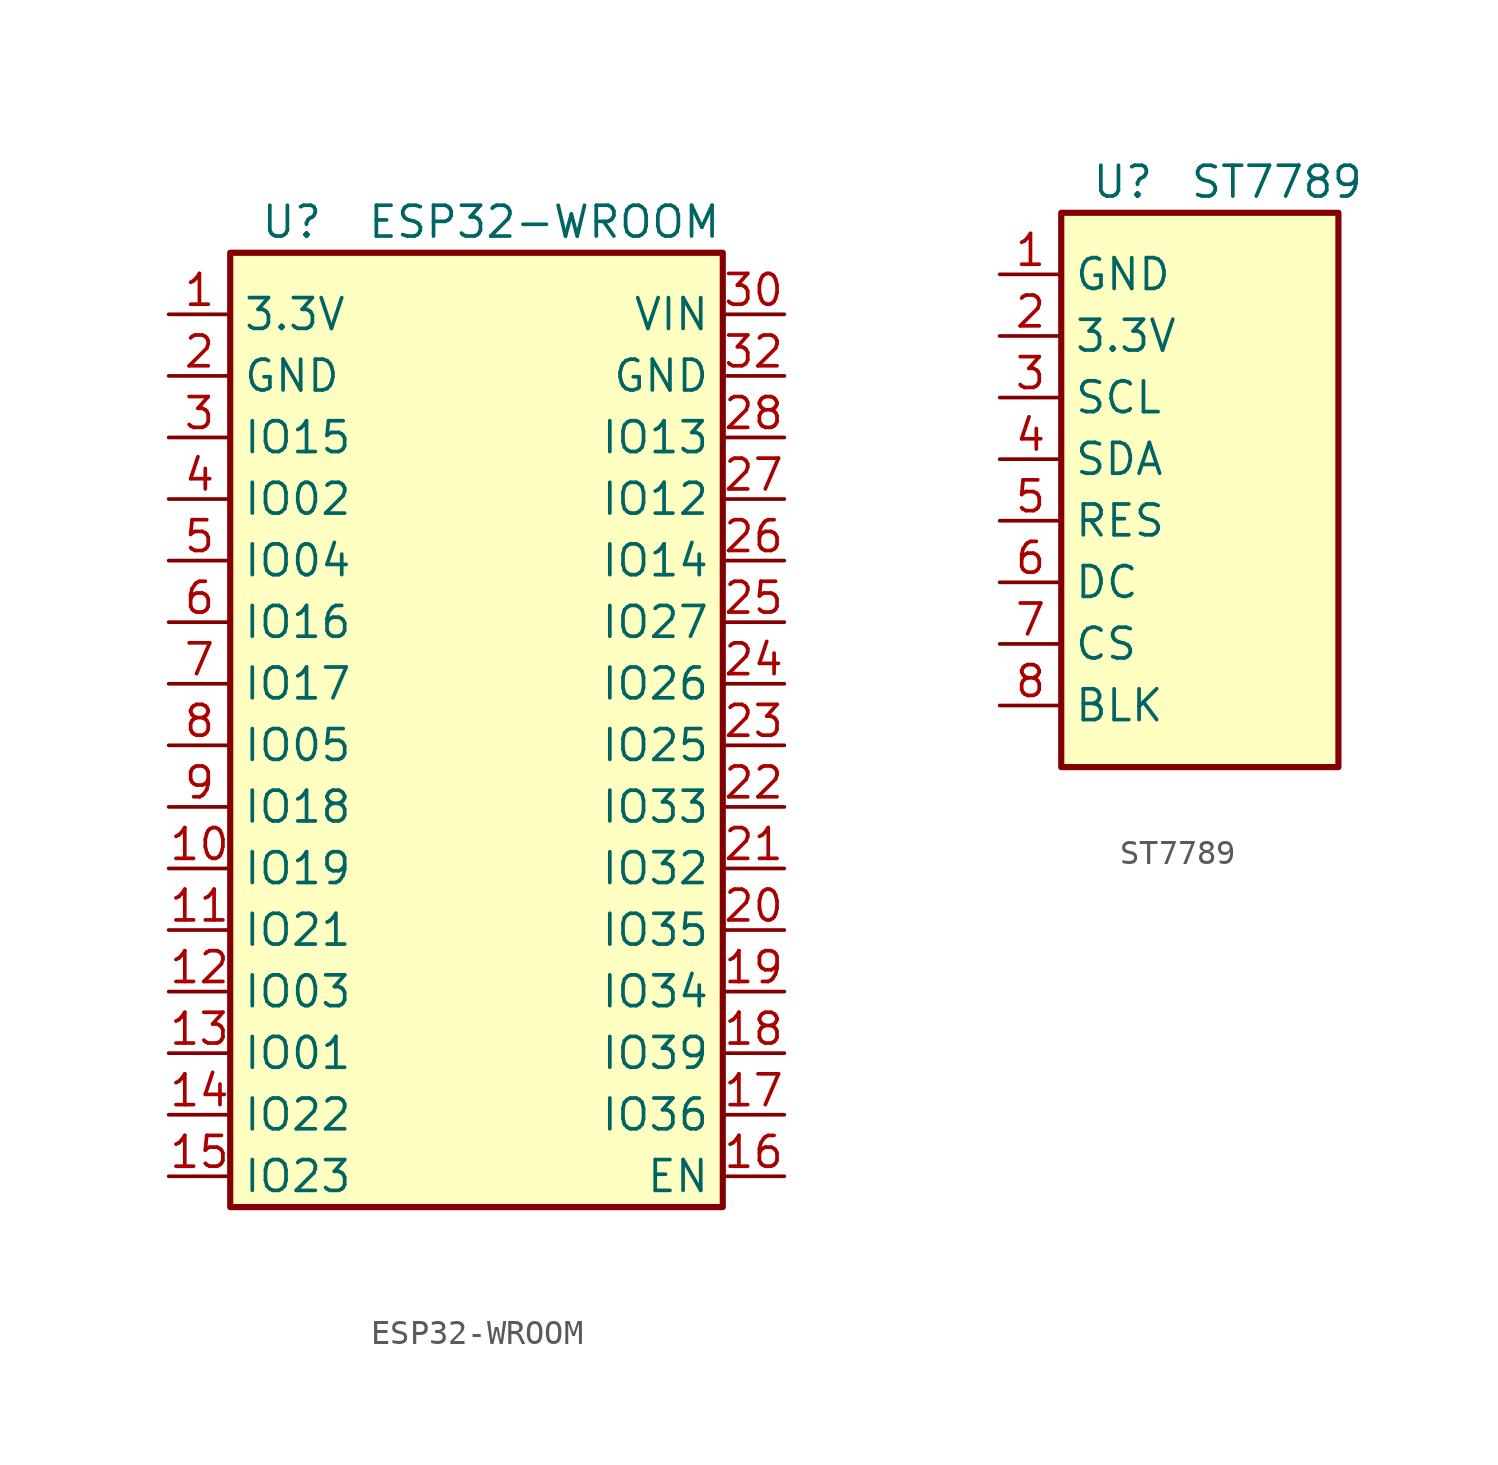
<source format=kicad_sym>
(kicad_symbol_lib
  (version 20241209)
  (generator "kicad_symbol_editor")
  (generator_version "9.0")
  (symbol "ESP32-WROOM"
    (property "Reference" "U"
      (at -7.62 13.97 0)
      (effects (font (size 1.27 1.27))))
    (property "Value" "ESP32-WROOM"
      (at 2.794 13.97 0)
      (effects (font (size 1.27 1.27))))
    (symbol "ESP32-WROOM_1_1"
      (rectangle (start -10.16 12.7) (end 10.16 -26.67) (stroke (width 0.254) (type solid)) (fill (type background)))
      (pin power_out line (at -12.7 10.16 0) (length 2.54) (name "3.3V" (effects (font (size 1.27 1.27)))) (number "1" (effects (font (size 1.27 1.27)))))
      (pin power_out line (at -12.7 7.62 0) (length 2.54) (name "GND" (effects (font (size 1.27 1.27)))) (number "2" (effects (font (size 1.27 1.27)))))
      (pin bidirectional line (at -12.7 5.08 0) (length 2.54) (name "IO15" (effects (font (size 1.27 1.27)))) (number "3" (effects (font (size 1.27 1.27)))))
      (pin bidirectional line (at -12.7 2.54 0) (length 2.54) (name "IO02" (effects (font (size 1.27 1.27)))) (number "4" (effects (font (size 1.27 1.27)))))
      (pin bidirectional line (at -12.7 0 0) (length 2.54) (name "IO04" (effects (font (size 1.27 1.27)))) (number "5" (effects (font (size 1.27 1.27)))))
      (pin bidirectional line (at -12.7 -2.54 0) (length 2.54) (name "IO16" (effects (font (size 1.27 1.27)))) (number "6" (effects (font (size 1.27 1.27)))))
      (pin bidirectional line (at -12.7 -5.08 0) (length 2.54) (name "IO17" (effects (font (size 1.27 1.27)))) (number "7" (effects (font (size 1.27 1.27)))))
      (pin bidirectional line (at -12.7 -7.62 0) (length 2.54) (name "IO05" (effects (font (size 1.27 1.27)))) (number "8" (effects (font (size 1.27 1.27)))))
      (pin bidirectional line (at -12.7 -10.16 0) (length 2.54) (name "IO18" (effects (font (size 1.27 1.27)))) (number "9" (effects (font (size 1.27 1.27)))))
      (pin bidirectional line (at -12.7 -12.7 0) (length 2.54) (name "IO19" (effects (font (size 1.27 1.27)))) (number "10" (effects (font (size 1.27 1.27)))))
      (pin bidirectional line (at -12.7 -15.24 0) (length 2.54) (name "IO21" (effects (font (size 1.27 1.27)))) (number "11" (effects (font (size 1.27 1.27)))))
      (pin bidirectional line (at -12.7 -17.78 0) (length 2.54) (name "IO03" (effects (font (size 1.27 1.27)))) (number "12" (effects (font (size 1.27 1.27)))))
      (pin bidirectional line (at -12.7 -20.32 0) (length 2.54) (name "IO01" (effects (font (size 1.27 1.27)))) (number "13" (effects (font (size 1.27 1.27)))))
      (pin bidirectional line (at -12.7 -22.86 0) (length 2.54) (name "IO22" (effects (font (size 1.27 1.27)))) (number "14" (effects (font (size 1.27 1.27)))))
      (pin bidirectional line (at -12.7 -25.4 0) (length 2.54) (name "IO23" (effects (font (size 1.27 1.27)))) (number "15" (effects (font (size 1.27 1.27)))))
      (pin power_in line (at 12.7 10.16 180) (length 2.54) (name "VIN" (effects (font (size 1.27 1.27)))) (number "30" (effects (font (size 1.27 1.27)))))
      (pin power_in line (at 12.7 7.62 180) (length 2.54) (name "GND" (effects (font (size 1.27 1.27)))) (number "32" (effects (font (size 1.27 1.27)))))
      (pin bidirectional line (at 12.7 5.08 180) (length 2.54) (name "IO13" (effects (font (size 1.27 1.27)))) (number "28" (effects (font (size 1.27 1.27)))))
      (pin bidirectional line (at 12.7 2.54 180) (length 2.54) (name "IO12" (effects (font (size 1.27 1.27)))) (number "27" (effects (font (size 1.27 1.27)))))
      (pin bidirectional line (at 12.7 0 180) (length 2.54) (name "IO14" (effects (font (size 1.27 1.27)))) (number "26" (effects (font (size 1.27 1.27)))))
      (pin bidirectional line (at 12.7 -2.54 180) (length 2.54) (name "IO27" (effects (font (size 1.27 1.27)))) (number "25" (effects (font (size 1.27 1.27)))))
      (pin bidirectional line (at 12.7 -5.08 180) (length 2.54) (name "IO26" (effects (font (size 1.27 1.27)))) (number "24" (effects (font (size 1.27 1.27)))))
      (pin bidirectional line (at 12.7 -7.62 180) (length 2.54) (name "IO25" (effects (font (size 1.27 1.27)))) (number "23" (effects (font (size 1.27 1.27)))))
      (pin bidirectional line (at 12.7 -10.16 180) (length 2.54) (name "IO33" (effects (font (size 1.27 1.27)))) (number "22" (effects (font (size 1.27 1.27)))))
      (pin bidirectional line (at 12.7 -12.7 180) (length 2.54) (name "IO32" (effects (font (size 1.27 1.27)))) (number "21" (effects (font (size 1.27 1.27)))))
      (pin input line (at 12.7 -15.24 180) (length 2.54) (name "IO35" (effects (font (size 1.27 1.27)))) (number "20" (effects (font (size 1.27 1.27)))))
      (pin input line (at 12.7 -17.78 180) (length 2.54) (name "IO34" (effects (font (size 1.27 1.27)))) (number "19" (effects (font (size 1.27 1.27)))))
      (pin input line (at 12.7 -20.32 180) (length 2.54) (name "IO39" (effects (font (size 1.27 1.27)))) (number "18" (effects (font (size 1.27 1.27)))))
      (pin input line (at 12.7 -22.86 180) (length 2.54) (name "IO36" (effects (font (size 1.27 1.27)))) (number "17" (effects (font (size 1.27 1.27)))))
      (pin input line (at 12.7 -25.4 180) (length 2.54) (name "EN" (effects (font (size 1.27 1.27)))) (number "16" (effects (font (size 1.27 1.27)))))))
  (symbol "ST7789"
    (property "Reference" "U"
      (at -7.62 13.97 0)
      (effects (font (size 1.27 1.27))))
    (property "Value" "ST7789"
      (at -1.27 13.97 0)
      (effects (font (size 1.27 1.27))))
    (symbol "ST7789_1_1"
      (rectangle (start -10.16 12.7) (end 1.27 -10.16) (stroke (width 0.254) (type solid)) (fill (type background)))
      (pin power_in line (at -12.7 10.16 0) (length 2.54) (name "GND" (effects (font (size 1.27 1.27)))) (number "1" (effects (font (size 1.27 1.27)))))
      (pin power_in line (at -12.7 7.62 0) (length 2.54) (name "3.3V" (effects (font (size 1.27 1.27)))) (number "2" (effects (font (size 1.27 1.27)))))
      (pin input line (at -12.7 5.08 0) (length 2.54) (name "SCL" (effects (font (size 1.27 1.27)))) (number "3" (effects (font (size 1.27 1.27)))))
      (pin input line (at -12.7 2.54 0) (length 2.54) (name "SDA" (effects (font (size 1.27 1.27)))) (number "4" (effects (font (size 1.27 1.27)))))
      (pin input line (at -12.7 0 0) (length 2.54) (name "RES" (effects (font (size 1.27 1.27)))) (number "5" (effects (font (size 1.27 1.27)))))
      (pin input line (at -12.7 -2.54 0) (length 2.54) (name "DC" (effects (font (size 1.27 1.27)))) (number "6" (effects (font (size 1.27 1.27)))))
      (pin input line (at -12.7 -5.08 0) (length 2.54) (name "CS" (effects (font (size 1.27 1.27)))) (number "7" (effects (font (size 1.27 1.27)))))
      (pin input line (at -12.7 -7.62 0) (length 2.54) (name "BLK" (effects (font (size 1.27 1.27)))) (number "8" (effects (font (size 1.27 1.27))))))))
</source>
